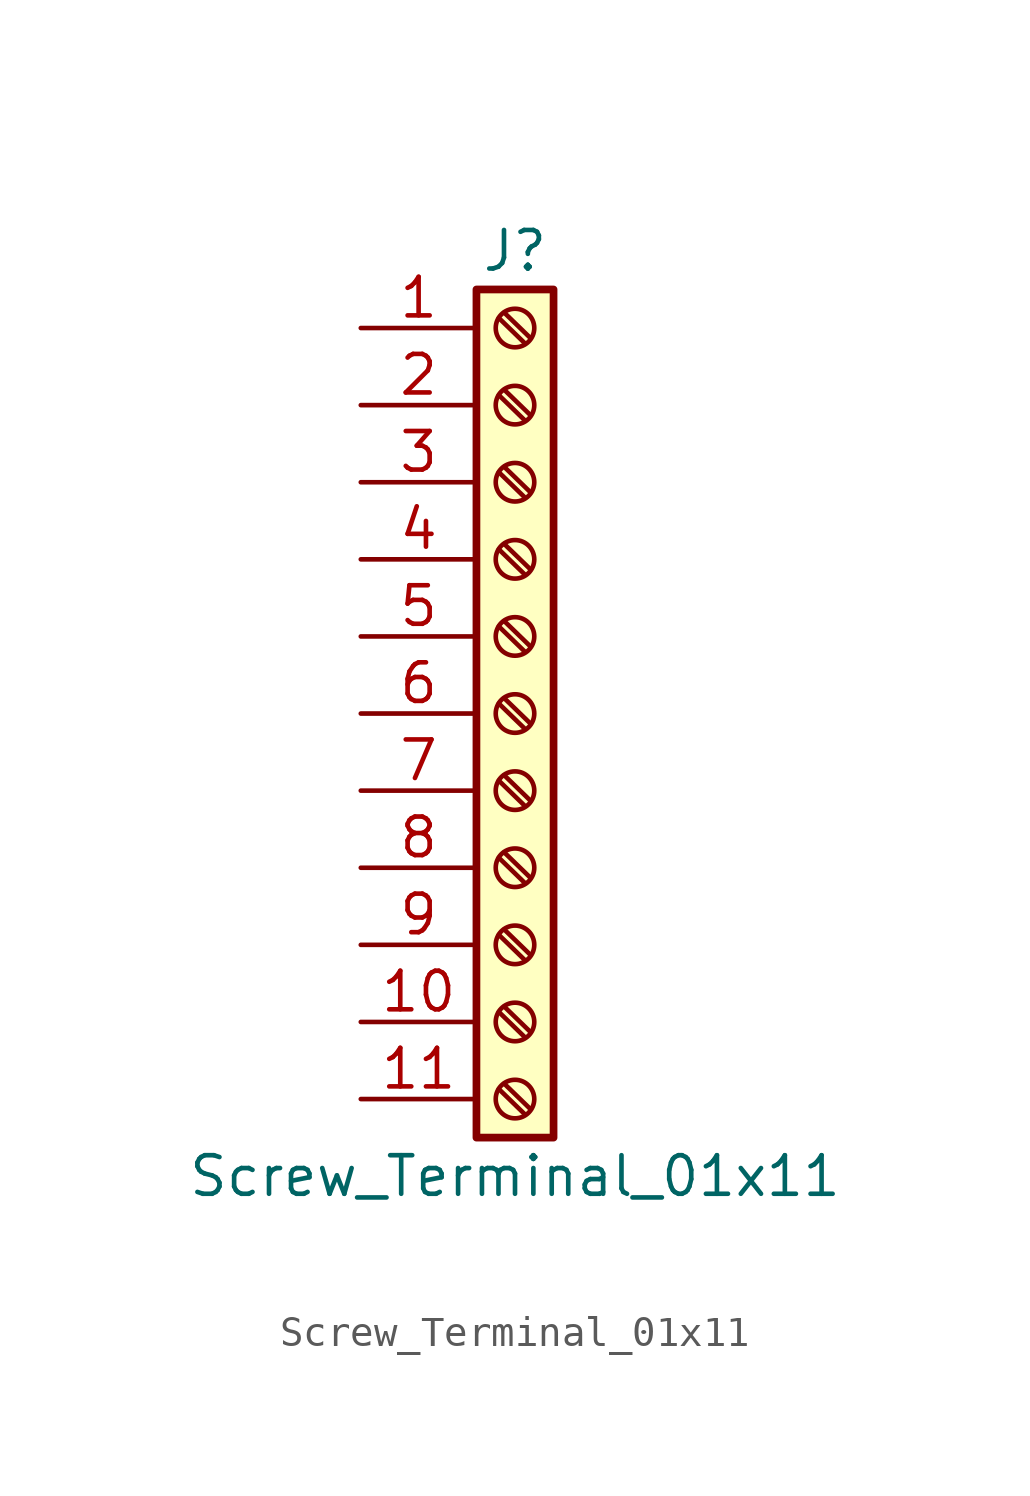
<source format=kicad_sym>
(kicad_symbol_lib
  (version 20211014)
  (generator kicad_symbol_editor)
  (symbol "Screw_Terminal_01x11"
    (pin_names
      (offset 1.016) hide)
    (property "Reference" "J"
      (at 0 15.24 0)
      (effects (font (size 1.27 1.27))))
    (property "Value" "Screw_Terminal_01x11"
      (at 0 -15.24 0)
      (effects (font (size 1.27 1.27))))
    (symbol "Screw_Terminal_01x11_1_1"
      (rectangle (start -1.27 13.97) (end 1.27 -13.97) (stroke (width 0.254) (type default) (color 0 0 0 0)) (fill (type background)))
      (circle (center 0 -12.7) (radius 0.635) (stroke (width 0.152) (type default) (color 0 0 0 0)) (fill (type none)))
      (circle (center 0 -10.16) (radius 0.635) (stroke (width 0.152) (type default) (color 0 0 0 0)) (fill (type none)))
      (circle (center 0 -7.62) (radius 0.635) (stroke (width 0.152) (type default) (color 0 0 0 0)) (fill (type none)))
      (circle (center 0 -5.08) (radius 0.635) (stroke (width 0.152) (type default) (color 0 0 0 0)) (fill (type none)))
      (circle (center 0 -2.54) (radius 0.635) (stroke (width 0.152) (type default) (color 0 0 0 0)) (fill (type none)))
      (polyline (pts (xy -0.533 -12.37) (xy 0.33 -13.208)) (stroke (width 0.152) (type default) (color 0 0 0 0)) (fill (type none)))
      (polyline (pts (xy -0.533 -9.83) (xy 0.33 -10.668)) (stroke (width 0.152) (type default) (color 0 0 0 0)) (fill (type none)))
      (polyline (pts (xy -0.533 -7.29) (xy 0.33 -8.128)) (stroke (width 0.152) (type default) (color 0 0 0 0)) (fill (type none)))
      (polyline (pts (xy -0.533 -4.75) (xy 0.33 -5.588)) (stroke (width 0.152) (type default) (color 0 0 0 0)) (fill (type none)))
      (polyline (pts (xy -0.533 -2.21) (xy 0.33 -3.048)) (stroke (width 0.152) (type default) (color 0 0 0 0)) (fill (type none)))
      (polyline (pts (xy -0.533 0.33) (xy 0.33 -0.508)) (stroke (width 0.152) (type default) (color 0 0 0 0)) (fill (type none)))
      (polyline (pts (xy -0.533 2.87) (xy 0.33 2.032)) (stroke (width 0.152) (type default) (color 0 0 0 0)) (fill (type none)))
      (polyline (pts (xy -0.533 5.41) (xy 0.33 4.572)) (stroke (width 0.152) (type default) (color 0 0 0 0)) (fill (type none)))
      (polyline (pts (xy -0.533 7.95) (xy 0.33 7.112)) (stroke (width 0.152) (type default) (color 0 0 0 0)) (fill (type none)))
      (polyline (pts (xy -0.533 10.49) (xy 0.33 9.652)) (stroke (width 0.152) (type default) (color 0 0 0 0)) (fill (type none)))
      (polyline (pts (xy -0.533 13.03) (xy 0.33 12.192)) (stroke (width 0.152) (type default) (color 0 0 0 0)) (fill (type none)))
      (polyline (pts (xy -0.356 -12.192) (xy 0.508 -13.03)) (stroke (width 0.152) (type default) (color 0 0 0 0)) (fill (type none)))
      (polyline (pts (xy -0.356 -9.652) (xy 0.508 -10.49)) (stroke (width 0.152) (type default) (color 0 0 0 0)) (fill (type none)))
      (polyline (pts (xy -0.356 -7.112) (xy 0.508 -7.95)) (stroke (width 0.152) (type default) (color 0 0 0 0)) (fill (type none)))
      (polyline (pts (xy -0.356 -4.572) (xy 0.508 -5.41)) (stroke (width 0.152) (type default) (color 0 0 0 0)) (fill (type none)))
      (polyline (pts (xy -0.356 -2.032) (xy 0.508 -2.87)) (stroke (width 0.152) (type default) (color 0 0 0 0)) (fill (type none)))
      (polyline (pts (xy -0.356 0.508) (xy 0.508 -0.33)) (stroke (width 0.152) (type default) (color 0 0 0 0)) (fill (type none)))
      (polyline (pts (xy -0.356 3.048) (xy 0.508 2.21)) (stroke (width 0.152) (type default) (color 0 0 0 0)) (fill (type none)))
      (polyline (pts (xy -0.356 5.588) (xy 0.508 4.75)) (stroke (width 0.152) (type default) (color 0 0 0 0)) (fill (type none)))
      (polyline (pts (xy -0.356 8.128) (xy 0.508 7.29)) (stroke (width 0.152) (type default) (color 0 0 0 0)) (fill (type none)))
      (polyline (pts (xy -0.356 10.668) (xy 0.508 9.83)) (stroke (width 0.152) (type default) (color 0 0 0 0)) (fill (type none)))
      (polyline (pts (xy -0.356 13.208) (xy 0.508 12.37)) (stroke (width 0.152) (type default) (color 0 0 0 0)) (fill (type none)))
      (circle (center 0 0) (radius 0.635) (stroke (width 0.152) (type default) (color 0 0 0 0)) (fill (type none)))
      (circle (center 0 2.54) (radius 0.635) (stroke (width 0.152) (type default) (color 0 0 0 0)) (fill (type none)))
      (circle (center 0 5.08) (radius 0.635) (stroke (width 0.152) (type default) (color 0 0 0 0)) (fill (type none)))
      (circle (center 0 7.62) (radius 0.635) (stroke (width 0.152) (type default) (color 0 0 0 0)) (fill (type none)))
      (circle (center 0 10.16) (radius 0.635) (stroke (width 0.152) (type default) (color 0 0 0 0)) (fill (type none)))
      (circle (center 0 12.7) (radius 0.635) (stroke (width 0.152) (type default) (color 0 0 0 0)) (fill (type none)))
      (pin passive line (at -5.08 12.7 0) (length 3.81) (name "Pin_1" (effects (font (size 1.27 1.27)))) (number "1" (effects (font (size 1.27 1.27)))))
      (pin passive line (at -5.08 -10.16 0) (length 3.81) (name "Pin_10" (effects (font (size 1.27 1.27)))) (number "10" (effects (font (size 1.27 1.27)))))
      (pin passive line (at -5.08 -12.7 0) (length 3.81) (name "Pin_11" (effects (font (size 1.27 1.27)))) (number "11" (effects (font (size 1.27 1.27)))))
      (pin passive line (at -5.08 10.16 0) (length 3.81) (name "Pin_2" (effects (font (size 1.27 1.27)))) (number "2" (effects (font (size 1.27 1.27)))))
      (pin passive line (at -5.08 7.62 0) (length 3.81) (name "Pin_3" (effects (font (size 1.27 1.27)))) (number "3" (effects (font (size 1.27 1.27)))))
      (pin passive line (at -5.08 5.08 0) (length 3.81) (name "Pin_4" (effects (font (size 1.27 1.27)))) (number "4" (effects (font (size 1.27 1.27)))))
      (pin passive line (at -5.08 2.54 0) (length 3.81) (name "Pin_5" (effects (font (size 1.27 1.27)))) (number "5" (effects (font (size 1.27 1.27)))))
      (pin passive line (at -5.08 0 0) (length 3.81) (name "Pin_6" (effects (font (size 1.27 1.27)))) (number "6" (effects (font (size 1.27 1.27)))))
      (pin passive line (at -5.08 -2.54 0) (length 3.81) (name "Pin_7" (effects (font (size 1.27 1.27)))) (number "7" (effects (font (size 1.27 1.27)))))
      (pin passive line (at -5.08 -5.08 0) (length 3.81) (name "Pin_8" (effects (font (size 1.27 1.27)))) (number "8" (effects (font (size 1.27 1.27)))))
      (pin passive line (at -5.08 -7.62 0) (length 3.81) (name "Pin_9" (effects (font (size 1.27 1.27)))) (number "9" (effects (font (size 1.27 1.27))))))))
</source>
